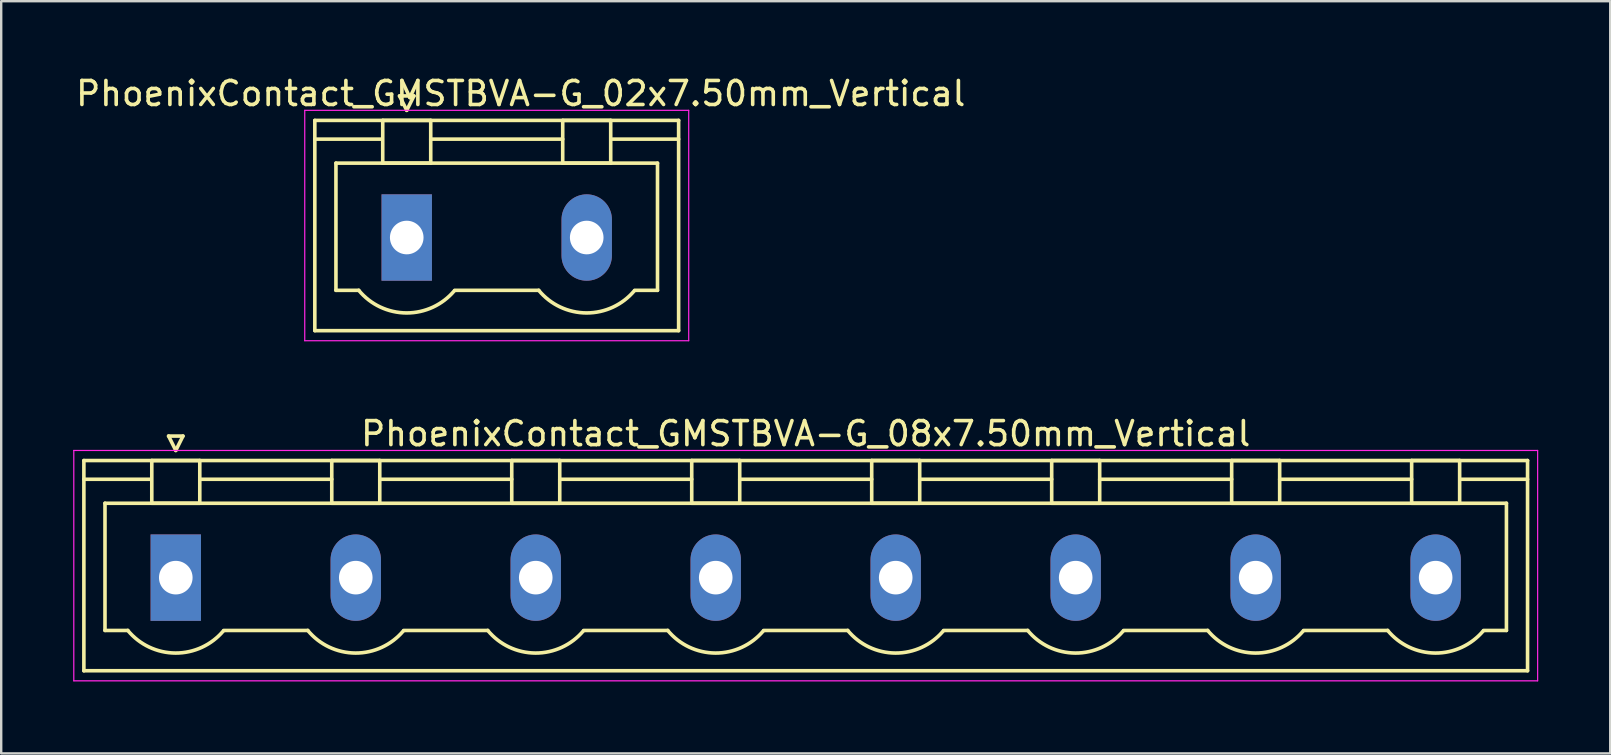
<source format=kicad_pcb>
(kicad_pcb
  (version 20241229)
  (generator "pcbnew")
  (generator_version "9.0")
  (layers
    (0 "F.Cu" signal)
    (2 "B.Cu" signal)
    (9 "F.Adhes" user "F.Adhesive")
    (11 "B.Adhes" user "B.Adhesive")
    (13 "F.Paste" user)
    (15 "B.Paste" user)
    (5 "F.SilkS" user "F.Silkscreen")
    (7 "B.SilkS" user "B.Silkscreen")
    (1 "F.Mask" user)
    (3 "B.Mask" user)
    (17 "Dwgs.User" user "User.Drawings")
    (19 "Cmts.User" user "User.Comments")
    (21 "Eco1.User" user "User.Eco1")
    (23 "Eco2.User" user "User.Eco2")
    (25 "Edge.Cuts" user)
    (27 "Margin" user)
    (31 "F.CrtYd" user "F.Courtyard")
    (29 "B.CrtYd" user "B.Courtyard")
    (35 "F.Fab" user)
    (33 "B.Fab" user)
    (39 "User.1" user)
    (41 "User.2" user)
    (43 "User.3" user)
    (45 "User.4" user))
  (footprint "PhoenixContact_GMSTBVA-G_02x7.50mm_Vertical"
    (layer "F.Cu")
    (at 13.899 6.848)
    (property "Reference" "PhoenixContact_GMSTBVA-G_02x7.50mm_Vertical" (at 4.75 -6 0) (layer "F.SilkS") (effects (font (size 1 1) (thickness 0.15))))
    (attr through_hole)
    (fp_line (start -3.83 -4.88) (end -3.83 3.88) (stroke (width 0.15) (type solid)) (layer "F.SilkS"))
    (fp_line (start -3.83 -4.1) (end -1.08 -4.1) (stroke (width 0.15) (type solid)) (layer "F.SilkS"))
    (fp_line (start -3.83 3.88) (end 11.33 3.88) (stroke (width 0.15) (type solid)) (layer "F.SilkS"))
    (fp_line (start -2.95 -3.1) (end 10.45 -3.1) (stroke (width 0.15) (type solid)) (layer "F.SilkS"))
    (fp_line (start -2.95 2.2) (end -2.95 -3.1) (stroke (width 0.15) (type solid)) (layer "F.SilkS"))
    (fp_line (start -2 2.2) (end -2.95 2.2) (stroke (width 0.15) (type solid)) (layer "F.SilkS"))
    (fp_line (start -1 -4.88) (end 1 -4.88) (stroke (width 0.15) (type solid)) (layer "F.SilkS"))
    (fp_line (start -1 -3.1) (end -1 -4.88) (stroke (width 0.15) (type solid)) (layer "F.SilkS"))
    (fp_line (start -0.3 -5.9) (end 0 -5.3) (stroke (width 0.15) (type solid)) (layer "F.SilkS"))
    (fp_line (start 0 -5.3) (end 0.3 -5.9) (stroke (width 0.15) (type solid)) (layer "F.SilkS"))
    (fp_line (start 0.3 -5.9) (end -0.3 -5.9) (stroke (width 0.15) (type solid)) (layer "F.SilkS"))
    (fp_line (start 1 -4.88) (end 1 -3.1) (stroke (width 0.15) (type solid)) (layer "F.SilkS"))
    (fp_line (start 1 -4.1) (end 6.5 -4.1) (stroke (width 0.15) (type solid)) (layer "F.SilkS"))
    (fp_line (start 1 -3.1) (end -1 -3.1) (stroke (width 0.15) (type solid)) (layer "F.SilkS"))
    (fp_line (start 2 2.2) (end 5.5 2.2) (stroke (width 0.15) (type solid)) (layer "F.SilkS"))
    (fp_line (start 6.5 -4.88) (end 8.5 -4.88) (stroke (width 0.15) (type solid)) (layer "F.SilkS"))
    (fp_line (start 6.5 -3.1) (end 6.5 -4.88) (stroke (width 0.15) (type solid)) (layer "F.SilkS"))
    (fp_line (start 8.5 -4.88) (end 8.5 -3.1) (stroke (width 0.15) (type solid)) (layer "F.SilkS"))
    (fp_line (start 8.5 -3.1) (end 6.5 -3.1) (stroke (width 0.15) (type solid)) (layer "F.SilkS"))
    (fp_line (start 10.45 -3.1) (end 10.45 2.2) (stroke (width 0.15) (type solid)) (layer "F.SilkS"))
    (fp_line (start 10.45 2.2) (end 9.5 2.2) (stroke (width 0.15) (type solid)) (layer "F.SilkS"))
    (fp_line (start 11.33 -4.88) (end -3.83 -4.88) (stroke (width 0.15) (type solid)) (layer "F.SilkS"))
    (fp_line (start 11.33 -4.1) (end 8.58 -4.1) (stroke (width 0.15) (type solid)) (layer "F.SilkS"))
    (fp_line (start 11.33 3.88) (end 11.33 -4.88) (stroke (width 0.15) (type solid)) (layer "F.SilkS"))
    (fp_arc (start 1.986842 2.215821) (mid -0.010289 3.142758) (end -2 2.2) (stroke (width 0.15) (type solid)) (layer "F.SilkS"))
    (fp_arc (start 9.486842 2.215821) (mid 7.489711 3.142758) (end 5.5 2.2) (stroke (width 0.15) (type solid)) (layer "F.SilkS"))
    (fp_line (start -4.25 -5.3) (end -4.25 4.3) (stroke (width 0.05) (type solid)) (layer "F.CrtYd"))
    (fp_line (start -4.25 4.3) (end 11.75 4.3) (stroke (width 0.05) (type solid)) (layer "F.CrtYd"))
    (fp_line (start 11.75 -5.3) (end -4.25 -5.3) (stroke (width 0.05) (type solid)) (layer "F.CrtYd"))
    (fp_line (start 11.75 4.3) (end 11.75 -5.3) (stroke (width 0.05) (type solid)) (layer "F.CrtYd"))
    (pad "1" thru_hole rect (at 0 0) (size 2.1 3.6) (drill 1.4) (layers "*.Cu" "*.Mask"))
    (pad "2" thru_hole oval (at 7.5 0) (size 2.1 3.6) (drill 1.4) (layers "*.Cu" "*.Mask")))
  (footprint "PhoenixContact_GMSTBVA-G_08x7.50mm_Vertical"
    (layer "F.Cu")
    (at 4.275 21.021)
    (property "Reference" "PhoenixContact_GMSTBVA-G_08x7.50mm_Vertical" (at 26.25 -6 0) (layer "F.SilkS") (effects (font (size 1 1) (thickness 0.15))))
    (attr through_hole)
    (fp_line (start -3.83 -4.88) (end -3.83 3.88) (stroke (width 0.15) (type solid)) (layer "F.SilkS"))
    (fp_line (start -3.83 -4.1) (end -1.08 -4.1) (stroke (width 0.15) (type solid)) (layer "F.SilkS"))
    (fp_line (start -3.83 3.88) (end 56.33 3.88) (stroke (width 0.15) (type solid)) (layer "F.SilkS"))
    (fp_line (start -2.95 -3.1) (end 55.45 -3.1) (stroke (width 0.15) (type solid)) (layer "F.SilkS"))
    (fp_line (start -2.95 2.2) (end -2.95 -3.1) (stroke (width 0.15) (type solid)) (layer "F.SilkS"))
    (fp_line (start -2 2.2) (end -2.95 2.2) (stroke (width 0.15) (type solid)) (layer "F.SilkS"))
    (fp_line (start -1 -4.88) (end 1 -4.88) (stroke (width 0.15) (type solid)) (layer "F.SilkS"))
    (fp_line (start -1 -3.1) (end -1 -4.88) (stroke (width 0.15) (type solid)) (layer "F.SilkS"))
    (fp_line (start -0.3 -5.9) (end 0 -5.3) (stroke (width 0.15) (type solid)) (layer "F.SilkS"))
    (fp_line (start 0 -5.3) (end 0.3 -5.9) (stroke (width 0.15) (type solid)) (layer "F.SilkS"))
    (fp_line (start 0.3 -5.9) (end -0.3 -5.9) (stroke (width 0.15) (type solid)) (layer "F.SilkS"))
    (fp_line (start 1 -4.88) (end 1 -3.1) (stroke (width 0.15) (type solid)) (layer "F.SilkS"))
    (fp_line (start 1 -4.1) (end 6.5 -4.1) (stroke (width 0.15) (type solid)) (layer "F.SilkS"))
    (fp_line (start 1 -3.1) (end -1 -3.1) (stroke (width 0.15) (type solid)) (layer "F.SilkS"))
    (fp_line (start 2 2.2) (end 5.5 2.2) (stroke (width 0.15) (type solid)) (layer "F.SilkS"))
    (fp_line (start 6.5 -4.88) (end 8.5 -4.88) (stroke (width 0.15) (type solid)) (layer "F.SilkS"))
    (fp_line (start 6.5 -3.1) (end 6.5 -4.88) (stroke (width 0.15) (type solid)) (layer "F.SilkS"))
    (fp_line (start 8.5 -4.88) (end 8.5 -3.1) (stroke (width 0.15) (type solid)) (layer "F.SilkS"))
    (fp_line (start 8.5 -4.1) (end 14 -4.1) (stroke (width 0.15) (type solid)) (layer "F.SilkS"))
    (fp_line (start 8.5 -3.1) (end 6.5 -3.1) (stroke (width 0.15) (type solid)) (layer "F.SilkS"))
    (fp_line (start 9.5 2.2) (end 13 2.2) (stroke (width 0.15) (type solid)) (layer "F.SilkS"))
    (fp_line (start 14 -4.88) (end 16 -4.88) (stroke (width 0.15) (type solid)) (layer "F.SilkS"))
    (fp_line (start 14 -3.1) (end 14 -4.88) (stroke (width 0.15) (type solid)) (layer "F.SilkS"))
    (fp_line (start 16 -4.88) (end 16 -3.1) (stroke (width 0.15) (type solid)) (layer "F.SilkS"))
    (fp_line (start 16 -4.1) (end 21.5 -4.1) (stroke (width 0.15) (type solid)) (layer "F.SilkS"))
    (fp_line (start 16 -3.1) (end 14 -3.1) (stroke (width 0.15) (type solid)) (layer "F.SilkS"))
    (fp_line (start 17 2.2) (end 20.5 2.2) (stroke (width 0.15) (type solid)) (layer "F.SilkS"))
    (fp_line (start 21.5 -4.88) (end 23.5 -4.88) (stroke (width 0.15) (type solid)) (layer "F.SilkS"))
    (fp_line (start 21.5 -3.1) (end 21.5 -4.88) (stroke (width 0.15) (type solid)) (layer "F.SilkS"))
    (fp_line (start 23.5 -4.88) (end 23.5 -3.1) (stroke (width 0.15) (type solid)) (layer "F.SilkS"))
    (fp_line (start 23.5 -4.1) (end 29 -4.1) (stroke (width 0.15) (type solid)) (layer "F.SilkS"))
    (fp_line (start 23.5 -3.1) (end 21.5 -3.1) (stroke (width 0.15) (type solid)) (layer "F.SilkS"))
    (fp_line (start 24.5 2.2) (end 28 2.2) (stroke (width 0.15) (type solid)) (layer "F.SilkS"))
    (fp_line (start 29 -4.88) (end 31 -4.88) (stroke (width 0.15) (type solid)) (layer "F.SilkS"))
    (fp_line (start 29 -3.1) (end 29 -4.88) (stroke (width 0.15) (type solid)) (layer "F.SilkS"))
    (fp_line (start 31 -4.88) (end 31 -3.1) (stroke (width 0.15) (type solid)) (layer "F.SilkS"))
    (fp_line (start 31 -4.1) (end 36.5 -4.1) (stroke (width 0.15) (type solid)) (layer "F.SilkS"))
    (fp_line (start 31 -3.1) (end 29 -3.1) (stroke (width 0.15) (type solid)) (layer "F.SilkS"))
    (fp_line (start 32 2.2) (end 35.5 2.2) (stroke (width 0.15) (type solid)) (layer "F.SilkS"))
    (fp_line (start 36.5 -4.88) (end 38.5 -4.88) (stroke (width 0.15) (type solid)) (layer "F.SilkS"))
    (fp_line (start 36.5 -3.1) (end 36.5 -4.88) (stroke (width 0.15) (type solid)) (layer "F.SilkS"))
    (fp_line (start 38.5 -4.88) (end 38.5 -3.1) (stroke (width 0.15) (type solid)) (layer "F.SilkS"))
    (fp_line (start 38.5 -4.1) (end 44 -4.1) (stroke (width 0.15) (type solid)) (layer "F.SilkS"))
    (fp_line (start 38.5 -3.1) (end 36.5 -3.1) (stroke (width 0.15) (type solid)) (layer "F.SilkS"))
    (fp_line (start 39.5 2.2) (end 43 2.2) (stroke (width 0.15) (type solid)) (layer "F.SilkS"))
    (fp_line (start 44 -4.88) (end 46 -4.88) (stroke (width 0.15) (type solid)) (layer "F.SilkS"))
    (fp_line (start 44 -3.1) (end 44 -4.88) (stroke (width 0.15) (type solid)) (layer "F.SilkS"))
    (fp_line (start 46 -4.88) (end 46 -3.1) (stroke (width 0.15) (type solid)) (layer "F.SilkS"))
    (fp_line (start 46 -4.1) (end 51.5 -4.1) (stroke (width 0.15) (type solid)) (layer "F.SilkS"))
    (fp_line (start 46 -3.1) (end 44 -3.1) (stroke (width 0.15) (type solid)) (layer "F.SilkS"))
    (fp_line (start 47 2.2) (end 50.5 2.2) (stroke (width 0.15) (type solid)) (layer "F.SilkS"))
    (fp_line (start 51.5 -4.88) (end 53.5 -4.88) (stroke (width 0.15) (type solid)) (layer "F.SilkS"))
    (fp_line (start 51.5 -3.1) (end 51.5 -4.88) (stroke (width 0.15) (type solid)) (layer "F.SilkS"))
    (fp_line (start 53.5 -4.88) (end 53.5 -3.1) (stroke (width 0.15) (type solid)) (layer "F.SilkS"))
    (fp_line (start 53.5 -3.1) (end 51.5 -3.1) (stroke (width 0.15) (type solid)) (layer "F.SilkS"))
    (fp_line (start 55.45 -3.1) (end 55.45 2.2) (stroke (width 0.15) (type solid)) (layer "F.SilkS"))
    (fp_line (start 55.45 2.2) (end 54.5 2.2) (stroke (width 0.15) (type solid)) (layer "F.SilkS"))
    (fp_line (start 56.33 -4.88) (end -3.83 -4.88) (stroke (width 0.15) (type solid)) (layer "F.SilkS"))
    (fp_line (start 56.33 -4.1) (end 53.58 -4.1) (stroke (width 0.15) (type solid)) (layer "F.SilkS"))
    (fp_line (start 56.33 3.88) (end 56.33 -4.88) (stroke (width 0.15) (type solid)) (layer "F.SilkS"))
    (fp_arc (start 1.986842 2.215821) (mid -0.010289 3.142758) (end -2 2.2) (stroke (width 0.15) (type solid)) (layer "F.SilkS"))
    (fp_arc (start 9.486842 2.215821) (mid 7.489711 3.142758) (end 5.5 2.2) (stroke (width 0.15) (type solid)) (layer "F.SilkS"))
    (fp_arc (start 16.986842 2.215821) (mid 14.989711 3.142758) (end 13 2.2) (stroke (width 0.15) (type solid)) (layer "F.SilkS"))
    (fp_arc (start 24.486842 2.215821) (mid 22.489711 3.142758) (end 20.5 2.2) (stroke (width 0.15) (type solid)) (layer "F.SilkS"))
    (fp_arc (start 31.986842 2.215821) (mid 29.989711 3.142758) (end 28 2.2) (stroke (width 0.15) (type solid)) (layer "F.SilkS"))
    (fp_arc (start 39.486842 2.215821) (mid 37.489711 3.142758) (end 35.5 2.2) (stroke (width 0.15) (type solid)) (layer "F.SilkS"))
    (fp_arc (start 46.986842 2.215821) (mid 44.989711 3.142758) (end 43 2.2) (stroke (width 0.15) (type solid)) (layer "F.SilkS"))
    (fp_arc (start 54.486842 2.215821) (mid 52.489711 3.142758) (end 50.5 2.2) (stroke (width 0.15) (type solid)) (layer "F.SilkS"))
    (fp_line (start -4.25 -5.3) (end -4.25 4.3) (stroke (width 0.05) (type solid)) (layer "F.CrtYd"))
    (fp_line (start -4.25 4.3) (end 56.75 4.3) (stroke (width 0.05) (type solid)) (layer "F.CrtYd"))
    (fp_line (start 56.75 -5.3) (end -4.25 -5.3) (stroke (width 0.05) (type solid)) (layer "F.CrtYd"))
    (fp_line (start 56.75 4.3) (end 56.75 -5.3) (stroke (width 0.05) (type solid)) (layer "F.CrtYd"))
    (pad "1" thru_hole rect (at 0 0) (size 2.1 3.6) (drill 1.4) (layers "*.Cu" "*.Mask"))
    (pad "2" thru_hole oval (at 7.5 0) (size 2.1 3.6) (drill 1.4) (layers "*.Cu" "*.Mask"))
    (pad "3" thru_hole oval (at 15 0) (size 2.1 3.6) (drill 1.4) (layers "*.Cu" "*.Mask"))
    (pad "4" thru_hole oval (at 22.5 0) (size 2.1 3.6) (drill 1.4) (layers "*.Cu" "*.Mask"))
    (pad "5" thru_hole oval (at 30 0) (size 2.1 3.6) (drill 1.4) (layers "*.Cu" "*.Mask"))
    (pad "6" thru_hole oval (at 37.5 0) (size 2.1 3.6) (drill 1.4) (layers "*.Cu" "*.Mask"))
    (pad "7" thru_hole oval (at 45 0) (size 2.1 3.6) (drill 1.4) (layers "*.Cu" "*.Mask"))
    (pad "8" thru_hole oval (at 52.5 0) (size 2.1 3.6) (drill 1.4) (layers "*.Cu" "*.Mask")))
  (gr_rect
    (start -3 -3)
    (end 64.05 28.346)
    (stroke (width 0.1) (type default))
    (fill no)
    (layer "Edge.Cuts")))
</source>
